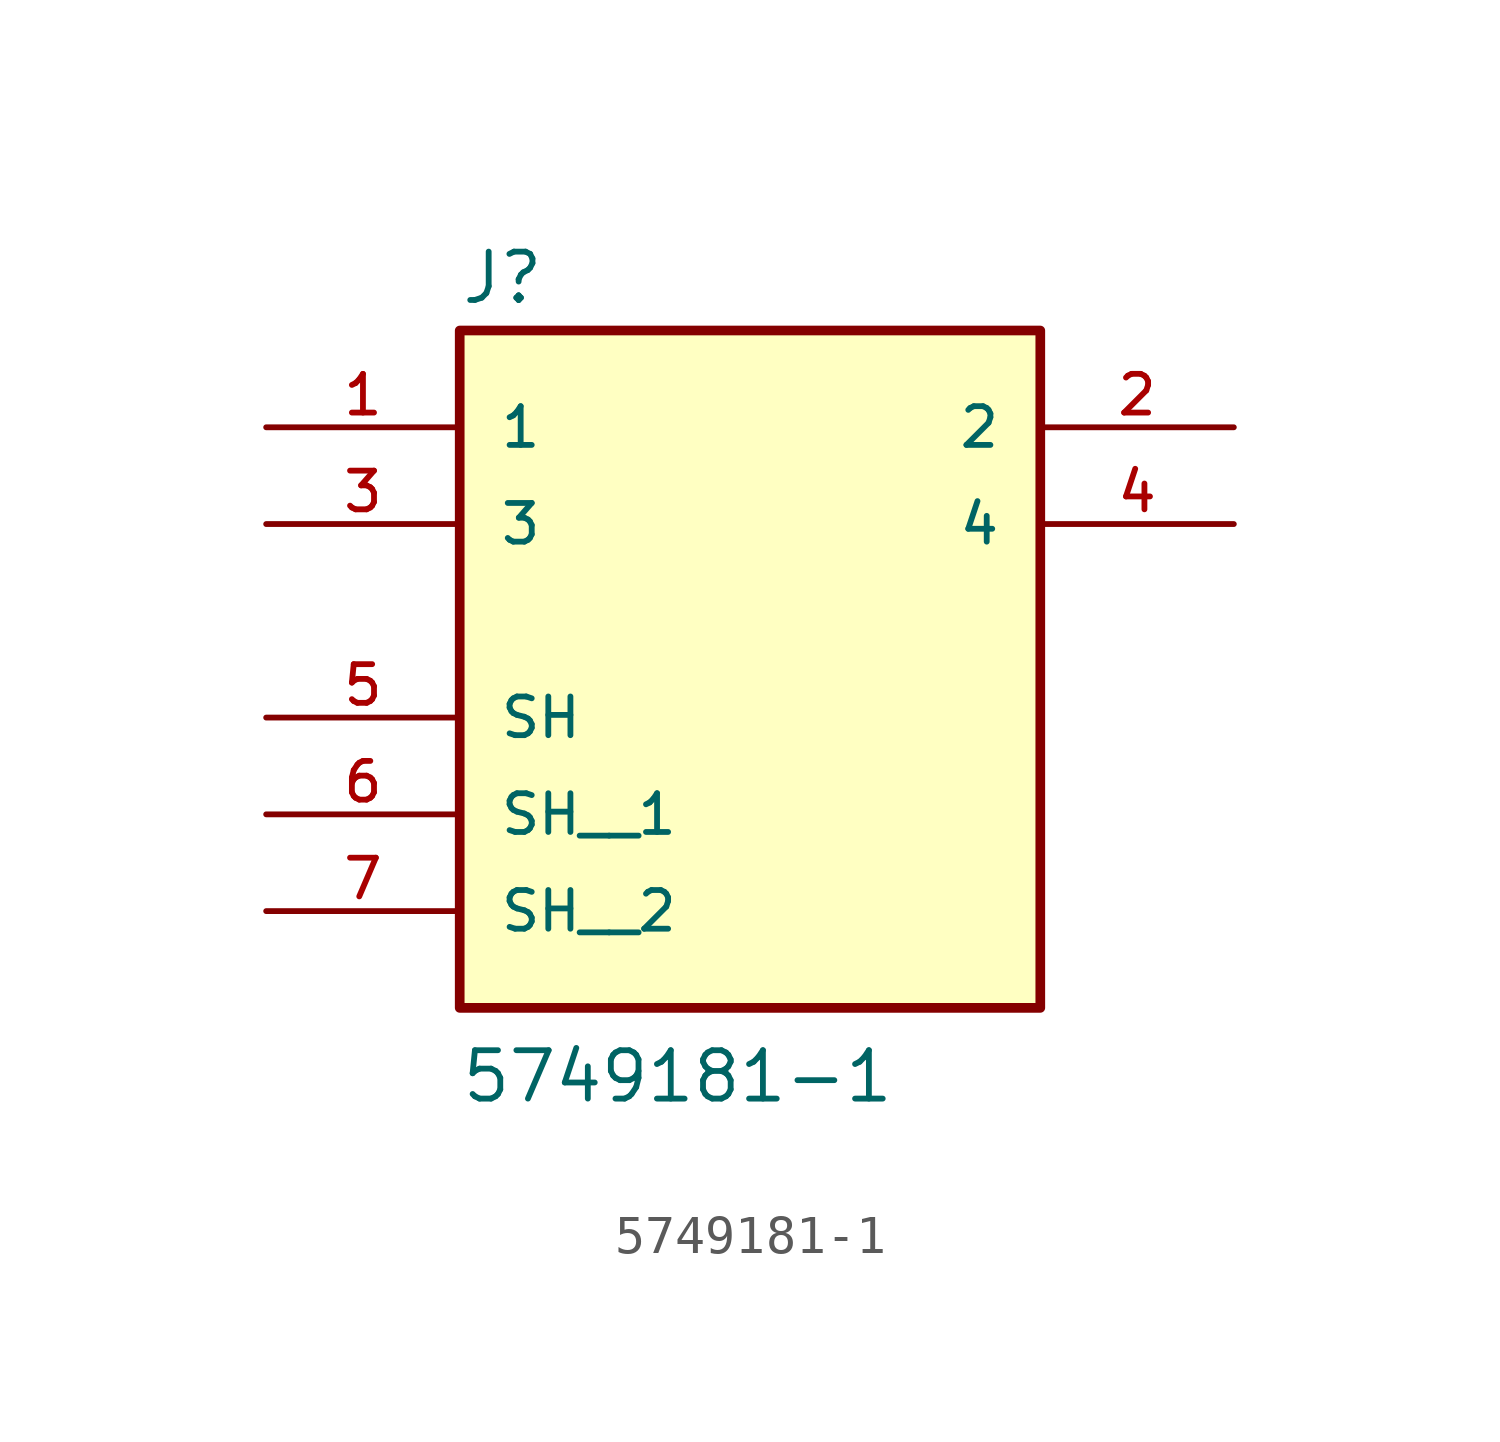
<source format=kicad_sym>
(kicad_symbol_lib
  (version 20211014)
  (generator kicad_symbol_editor)
  (symbol "5749181-1"
    (pin_names
      (offset 1.016))
    (property "Reference" "J"
      (at -7.625 5.718 0)
      (effects (font (size 1.27 1.27)) (justify bottom left)))
    (property "Value" "5749181-1"
      (at -7.623 -15.245 0)
      (effects (font (size 1.27 1.27)) (justify bottom left)))
    (symbol "5749181-1_0_0"
      (rectangle (start -7.62 -12.7) (end 7.62 5.08) (stroke (width 0.254)) (fill (type background)))
      (pin passive line (at -12.7 2.54 0) (length 5.08) (name "1" (effects (font (size 1.016 1.016)))) (number "1" (effects (font (size 1.016 1.016)))))
      (pin passive line (at 12.7 0.0 180.0) (length 5.08) (name "4" (effects (font (size 1.016 1.016)))) (number "4" (effects (font (size 1.016 1.016)))))
      (pin passive line (at 12.7 2.54 180.0) (length 5.08) (name "2" (effects (font (size 1.016 1.016)))) (number "2" (effects (font (size 1.016 1.016)))))
      (pin passive line (at -12.7 0.0 0) (length 5.08) (name "3" (effects (font (size 1.016 1.016)))) (number "3" (effects (font (size 1.016 1.016)))))
      (pin passive line (at -12.7 -5.08 0) (length 5.08) (name "SH" (effects (font (size 1.016 1.016)))) (number "5" (effects (font (size 1.016 1.016)))))
      (pin passive line (at -12.7 -7.62 0) (length 5.08) (name "SH__1" (effects (font (size 1.016 1.016)))) (number "6" (effects (font (size 1.016 1.016)))))
      (pin passive line (at -12.7 -10.16 0) (length 5.08) (name "SH__2" (effects (font (size 1.016 1.016)))) (number "7" (effects (font (size 1.016 1.016))))))))
</source>
